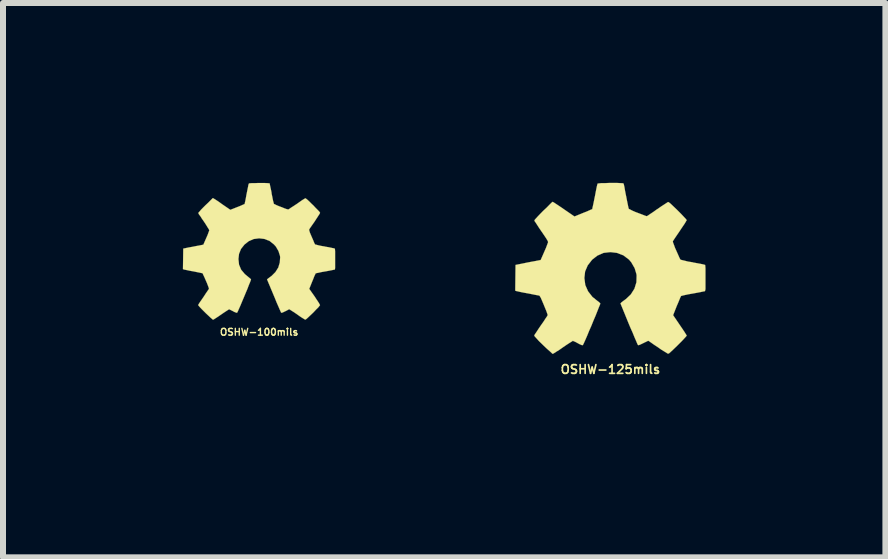
<source format=kicad_pcb>
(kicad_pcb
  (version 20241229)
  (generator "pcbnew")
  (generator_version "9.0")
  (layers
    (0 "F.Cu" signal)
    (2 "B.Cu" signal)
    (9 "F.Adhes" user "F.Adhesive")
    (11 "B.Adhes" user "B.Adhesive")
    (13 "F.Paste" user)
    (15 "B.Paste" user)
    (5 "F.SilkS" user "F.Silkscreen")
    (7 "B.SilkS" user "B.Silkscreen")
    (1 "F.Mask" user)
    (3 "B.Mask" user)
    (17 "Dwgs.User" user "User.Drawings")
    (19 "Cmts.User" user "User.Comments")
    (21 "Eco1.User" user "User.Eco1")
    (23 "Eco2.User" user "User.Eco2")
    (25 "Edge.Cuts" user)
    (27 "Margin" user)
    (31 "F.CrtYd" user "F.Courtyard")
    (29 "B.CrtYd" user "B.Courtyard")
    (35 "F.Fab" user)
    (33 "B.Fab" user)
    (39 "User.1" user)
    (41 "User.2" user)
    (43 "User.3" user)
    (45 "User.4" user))
  (footprint "OSHW-100mils"
    (layer "F.Cu")
    (at 1.271 1.142)
    (property "Reference" "OSHW-100mils" (at 0 1.346 0) (layer "F.SilkS") (effects (font (size 0.114 0.114) (thickness 0.023))))
    (fp_poly (pts (xy -0.77 1.14) (xy -0.754 1.133) (xy -0.726 1.115) (xy -0.683 1.087) (xy -0.632 1.052) (xy -0.584 1.019) (xy -0.541 0.991) (xy -0.513 0.973) (xy -0.5 0.965) (xy -0.495 0.968) (xy -0.47 0.98) (xy -0.434 0.998) (xy -0.417 1.008) (xy -0.384 1.021) (xy -0.368 1.024) (xy -0.366 1.021) (xy -0.353 0.996) (xy -0.335 0.955) (xy -0.31 0.899) (xy -0.284 0.836) (xy -0.254 0.765) (xy -0.224 0.693) (xy -0.196 0.627) (xy -0.173 0.566) (xy -0.152 0.516) (xy -0.14 0.483) (xy -0.135 0.467) (xy -0.135 0.465) (xy -0.152 0.45) (xy -0.18 0.427) (xy -0.239 0.378) (xy -0.3 0.305) (xy -0.335 0.221) (xy -0.345 0.127) (xy -0.335 0.041) (xy -0.302 -0.041) (xy -0.244 -0.114) (xy -0.173 -0.17) (xy -0.091 -0.206) (xy 0 -0.218) (xy 0.086 -0.208) (xy 0.173 -0.175) (xy 0.246 -0.117) (xy 0.279 -0.081) (xy 0.323 -0.005) (xy 0.348 0.074) (xy 0.351 0.097) (xy 0.345 0.185) (xy 0.32 0.269) (xy 0.272 0.345) (xy 0.208 0.409) (xy 0.201 0.414) (xy 0.17 0.437) (xy 0.15 0.452) (xy 0.132 0.467) (xy 0.246 0.739) (xy 0.264 0.782) (xy 0.295 0.859) (xy 0.323 0.922) (xy 0.345 0.973) (xy 0.361 1.008) (xy 0.366 1.021) (xy 0.368 1.021) (xy 0.378 1.024) (xy 0.399 1.016) (xy 0.437 0.998) (xy 0.462 0.986) (xy 0.49 0.97) (xy 0.503 0.965) (xy 0.516 0.973) (xy 0.544 0.991) (xy 0.584 1.016) (xy 0.632 1.049) (xy 0.678 1.082) (xy 0.721 1.11) (xy 0.754 1.13) (xy 0.767 1.138) (xy 0.77 1.138) (xy 0.785 1.13) (xy 0.808 1.11) (xy 0.846 1.074) (xy 0.899 1.024) (xy 0.907 1.016) (xy 0.95 0.97) (xy 0.986 0.935) (xy 1.008 0.907) (xy 1.016 0.897) (xy 1.008 0.881) (xy 0.991 0.851) (xy 0.96 0.805) (xy 0.927 0.754) (xy 0.836 0.625) (xy 0.886 0.5) (xy 0.902 0.462) (xy 0.919 0.417) (xy 0.935 0.384) (xy 0.942 0.368) (xy 0.955 0.363) (xy 0.991 0.356) (xy 1.039 0.345) (xy 1.097 0.335) (xy 1.153 0.325) (xy 1.204 0.315) (xy 1.242 0.307) (xy 1.257 0.305) (xy 1.262 0.302) (xy 1.265 0.295) (xy 1.267 0.277) (xy 1.267 0.246) (xy 1.267 0.198) (xy 1.267 0.127) (xy 1.267 0.119) (xy 1.267 0.053) (xy 1.267 0) (xy 1.265 -0.033) (xy 1.262 -0.046) (xy 1.247 -0.051) (xy 1.212 -0.058) (xy 1.161 -0.069) (xy 1.1 -0.079) (xy 1.097 -0.081) (xy 1.036 -0.091) (xy 0.986 -0.102) (xy 0.95 -0.112) (xy 0.935 -0.114) (xy 0.932 -0.119) (xy 0.919 -0.142) (xy 0.904 -0.18) (xy 0.884 -0.226) (xy 0.864 -0.272) (xy 0.846 -0.315) (xy 0.836 -0.348) (xy 0.833 -0.361) (xy 0.841 -0.376) (xy 0.861 -0.406) (xy 0.892 -0.45) (xy 0.927 -0.5) (xy 0.93 -0.505) (xy 0.963 -0.556) (xy 0.991 -0.599) (xy 1.011 -0.63) (xy 1.016 -0.643) (xy 1.016 -0.645) (xy 1.006 -0.66) (xy 0.98 -0.688) (xy 0.942 -0.726) (xy 0.899 -0.772) (xy 0.884 -0.785) (xy 0.836 -0.833) (xy 0.8 -0.866) (xy 0.78 -0.881) (xy 0.77 -0.886) (xy 0.754 -0.876) (xy 0.721 -0.856) (xy 0.678 -0.826) (xy 0.627 -0.79) (xy 0.622 -0.787) (xy 0.572 -0.754) (xy 0.528 -0.726) (xy 0.5 -0.706) (xy 0.485 -0.699) (xy 0.462 -0.704) (xy 0.427 -0.716) (xy 0.384 -0.734) (xy 0.335 -0.752) (xy 0.292 -0.77) (xy 0.262 -0.785) (xy 0.246 -0.792) (xy 0.246 -0.795) (xy 0.241 -0.813) (xy 0.231 -0.851) (xy 0.221 -0.902) (xy 0.208 -0.965) (xy 0.208 -0.975) (xy 0.196 -1.036) (xy 0.185 -1.085) (xy 0.178 -1.12) (xy 0.175 -1.135) (xy 0.168 -1.135) (xy 0.137 -1.138) (xy 0.091 -1.14) (xy 0.038 -1.14) (xy -0.018 -1.14) (xy -0.074 -1.138) (xy -0.122 -1.138) (xy -0.157 -1.135) (xy -0.17 -1.133) (xy -0.17 -1.13) (xy -0.178 -1.113) (xy -0.185 -1.074) (xy -0.196 -1.021) (xy -0.208 -0.96) (xy -0.211 -0.947) (xy -0.221 -0.889) (xy -0.231 -0.838) (xy -0.239 -0.805) (xy -0.241 -0.79) (xy -0.249 -0.787) (xy -0.272 -0.777) (xy -0.312 -0.759) (xy -0.363 -0.739) (xy -0.48 -0.693) (xy -0.622 -0.79) (xy -0.635 -0.8) (xy -0.686 -0.836) (xy -0.729 -0.864) (xy -0.757 -0.881) (xy -0.77 -0.889) (xy -0.772 -0.889) (xy -0.785 -0.876) (xy -0.813 -0.848) (xy -0.851 -0.81) (xy -0.897 -0.767) (xy -0.93 -0.734) (xy -0.97 -0.693) (xy -0.993 -0.665) (xy -1.008 -0.65) (xy -1.013 -0.64) (xy -1.011 -0.632) (xy -1.003 -0.617) (xy -0.98 -0.587) (xy -0.953 -0.544) (xy -0.917 -0.493) (xy -0.889 -0.45) (xy -0.859 -0.401) (xy -0.838 -0.368) (xy -0.831 -0.351) (xy -0.833 -0.345) (xy -0.843 -0.318) (xy -0.859 -0.274) (xy -0.881 -0.224) (xy -0.93 -0.112) (xy -1.003 -0.097) (xy -1.049 -0.089) (xy -1.113 -0.076) (xy -1.171 -0.066) (xy -1.265 -0.046) (xy -1.27 0.295) (xy -1.255 0.302) (xy -1.24 0.305) (xy -1.206 0.312) (xy -1.156 0.323) (xy -1.097 0.333) (xy -1.049 0.343) (xy -0.998 0.353) (xy -0.963 0.361) (xy -0.945 0.363) (xy -0.942 0.368) (xy -0.93 0.394) (xy -0.912 0.432) (xy -0.892 0.478) (xy -0.871 0.526) (xy -0.853 0.572) (xy -0.841 0.605) (xy -0.836 0.622) (xy -0.843 0.635) (xy -0.864 0.665) (xy -0.892 0.706) (xy -0.925 0.757) (xy -0.958 0.805) (xy -0.988 0.848) (xy -1.008 0.879) (xy -1.016 0.894) (xy -1.011 0.904) (xy -0.991 0.927) (xy -0.955 0.965) (xy -0.899 1.021) (xy -0.889 1.031) (xy -0.843 1.074) (xy -0.808 1.107) (xy -0.78 1.13) (xy -0.77 1.14)) (stroke (width 0.003) (type solid)) (fill yes) (layer "F.SilkS")))
  (footprint "OSHW-125mils"
    (layer "F.Cu")
    (at 7.129 1.426)
    (property "Reference" "OSHW-125mils" (at 0 1.684 0) (layer "F.SilkS") (effects (font (size 0.145 0.145) (thickness 0.028))))
    (fp_poly (pts (xy -0.963 1.425) (xy -0.945 1.417) (xy -0.907 1.392) (xy -0.853 1.359) (xy -0.792 1.316) (xy -0.729 1.273) (xy -0.678 1.24) (xy -0.64 1.217) (xy -0.625 1.206) (xy -0.617 1.212) (xy -0.587 1.224) (xy -0.544 1.247) (xy -0.521 1.26) (xy -0.48 1.278) (xy -0.46 1.28) (xy -0.457 1.275) (xy -0.442 1.245) (xy -0.419 1.194) (xy -0.389 1.125) (xy -0.356 1.044) (xy -0.318 0.958) (xy -0.282 0.869) (xy -0.246 0.785) (xy -0.216 0.709) (xy -0.191 0.645) (xy -0.173 0.602) (xy -0.168 0.584) (xy -0.17 0.582) (xy -0.191 0.561) (xy -0.224 0.536) (xy -0.3 0.475) (xy -0.373 0.381) (xy -0.419 0.277) (xy -0.434 0.16) (xy -0.422 0.051) (xy -0.378 -0.051) (xy -0.305 -0.145) (xy -0.218 -0.213) (xy -0.114 -0.259) (xy 0 -0.272) (xy 0.109 -0.259) (xy 0.216 -0.218) (xy 0.31 -0.147) (xy 0.348 -0.102) (xy 0.404 -0.005) (xy 0.434 0.094) (xy 0.437 0.119) (xy 0.434 0.231) (xy 0.401 0.338) (xy 0.34 0.434) (xy 0.259 0.511) (xy 0.249 0.518) (xy 0.211 0.546) (xy 0.185 0.566) (xy 0.168 0.584) (xy 0.307 0.925) (xy 0.33 0.98) (xy 0.371 1.072) (xy 0.404 1.153) (xy 0.432 1.217) (xy 0.45 1.26) (xy 0.46 1.278) (xy 0.472 1.28) (xy 0.498 1.27) (xy 0.546 1.247) (xy 0.577 1.232) (xy 0.615 1.214) (xy 0.63 1.206) (xy 0.645 1.214) (xy 0.678 1.237) (xy 0.729 1.273) (xy 0.79 1.313) (xy 0.848 1.354) (xy 0.902 1.387) (xy 0.942 1.412) (xy 0.96 1.422) (xy 0.963 1.422) (xy 0.98 1.415) (xy 1.011 1.387) (xy 1.057 1.344) (xy 1.123 1.28) (xy 1.133 1.27) (xy 1.189 1.214) (xy 1.232 1.168) (xy 1.262 1.135) (xy 1.273 1.12) (xy 1.262 1.102) (xy 1.237 1.062) (xy 1.201 1.008) (xy 1.158 0.945) (xy 1.046 0.78) (xy 1.107 0.625) (xy 1.128 0.577) (xy 1.151 0.521) (xy 1.168 0.48) (xy 1.179 0.46) (xy 1.196 0.455) (xy 1.237 0.445) (xy 1.298 0.432) (xy 1.372 0.419) (xy 1.443 0.406) (xy 1.506 0.394) (xy 1.552 0.384) (xy 1.572 0.381) (xy 1.577 0.378) (xy 1.58 0.368) (xy 1.585 0.345) (xy 1.585 0.307) (xy 1.585 0.246) (xy 1.585 0.16) (xy 1.585 0.15) (xy 1.585 0.066) (xy 1.585 0) (xy 1.582 -0.041) (xy 1.58 -0.058) (xy 1.577 -0.058) (xy 1.56 -0.064) (xy 1.514 -0.074) (xy 1.45 -0.086) (xy 1.377 -0.099) (xy 1.372 -0.102) (xy 1.295 -0.114) (xy 1.232 -0.13) (xy 1.189 -0.14) (xy 1.171 -0.145) (xy 1.166 -0.15) (xy 1.151 -0.178) (xy 1.13 -0.226) (xy 1.105 -0.282) (xy 1.079 -0.34) (xy 1.059 -0.394) (xy 1.044 -0.434) (xy 1.041 -0.452) (xy 1.052 -0.47) (xy 1.077 -0.508) (xy 1.115 -0.564) (xy 1.158 -0.627) (xy 1.161 -0.632) (xy 1.204 -0.696) (xy 1.24 -0.749) (xy 1.262 -0.787) (xy 1.273 -0.805) (xy 1.257 -0.826) (xy 1.224 -0.861) (xy 1.179 -0.909) (xy 1.123 -0.965) (xy 1.105 -0.983) (xy 1.044 -1.041) (xy 1.001 -1.082) (xy 0.975 -1.102) (xy 0.963 -1.107) (xy 0.96 -1.107) (xy 0.942 -1.095) (xy 0.902 -1.069) (xy 0.848 -1.034) (xy 0.782 -0.988) (xy 0.777 -0.986) (xy 0.716 -0.942) (xy 0.663 -0.907) (xy 0.625 -0.881) (xy 0.607 -0.871) (xy 0.605 -0.871) (xy 0.579 -0.879) (xy 0.533 -0.897) (xy 0.48 -0.917) (xy 0.419 -0.94) (xy 0.366 -0.963) (xy 0.328 -0.983) (xy 0.307 -0.993) (xy 0.3 -1.016) (xy 0.29 -1.064) (xy 0.277 -1.128) (xy 0.262 -1.206) (xy 0.259 -1.219) (xy 0.244 -1.295) (xy 0.234 -1.356) (xy 0.224 -1.4) (xy 0.218 -1.417) (xy 0.208 -1.42) (xy 0.173 -1.422) (xy 0.114 -1.425) (xy 0.048 -1.425) (xy -0.023 -1.425) (xy -0.094 -1.422) (xy -0.152 -1.422) (xy -0.196 -1.417) (xy -0.213 -1.415) (xy -0.221 -1.389) (xy -0.231 -1.344) (xy -0.244 -1.278) (xy -0.259 -1.199) (xy -0.262 -1.186) (xy -0.277 -1.11) (xy -0.29 -1.049) (xy -0.3 -1.006) (xy -0.302 -0.988) (xy -0.31 -0.986) (xy -0.34 -0.973) (xy -0.391 -0.95) (xy -0.455 -0.925) (xy -0.599 -0.866) (xy -0.777 -0.988) (xy -0.795 -1.001) (xy -0.859 -1.044) (xy -0.912 -1.079) (xy -0.947 -1.102) (xy -0.963 -1.11) (xy -0.965 -1.11) (xy -0.983 -1.095) (xy -1.016 -1.062) (xy -1.064 -1.013) (xy -1.123 -0.958) (xy -1.163 -0.917) (xy -1.212 -0.866) (xy -1.242 -0.833) (xy -1.26 -0.813) (xy -1.267 -0.8) (xy -1.265 -0.79) (xy -1.252 -0.772) (xy -1.227 -0.734) (xy -1.191 -0.678) (xy -1.148 -0.615) (xy -1.113 -0.564) (xy -1.072 -0.503) (xy -1.046 -0.46) (xy -1.039 -0.439) (xy -1.041 -0.432) (xy -1.054 -0.396) (xy -1.074 -0.343) (xy -1.102 -0.279) (xy -1.163 -0.14) (xy -1.255 -0.122) (xy -1.311 -0.112) (xy -1.389 -0.097) (xy -1.466 -0.081) (xy -1.582 -0.058) (xy -1.587 0.371) (xy -1.567 0.378) (xy -1.552 0.381) (xy -1.509 0.391) (xy -1.445 0.404) (xy -1.372 0.417) (xy -1.311 0.429) (xy -1.247 0.442) (xy -1.201 0.45) (xy -1.184 0.455) (xy -1.179 0.46) (xy -1.161 0.49) (xy -1.14 0.538) (xy -1.115 0.597) (xy -1.09 0.658) (xy -1.067 0.714) (xy -1.052 0.757) (xy -1.046 0.777) (xy -1.054 0.795) (xy -1.079 0.831) (xy -1.113 0.884) (xy -1.156 0.945) (xy -1.199 1.008) (xy -1.234 1.062) (xy -1.26 1.1) (xy -1.27 1.118) (xy -1.265 1.13) (xy -1.24 1.158) (xy -1.194 1.209) (xy -1.123 1.278) (xy -1.113 1.288) (xy -1.057 1.341) (xy -1.008 1.384) (xy -0.975 1.415) (xy -0.963 1.425)) (stroke (width 0.003) (type solid)) (fill yes) (layer "F.SilkS")))
  (gr_rect
    (start -3 -3)
    (end 11.715 6.244)
    (stroke (width 0.1) (type default))
    (fill no)
    (layer "Edge.Cuts")))
</source>
